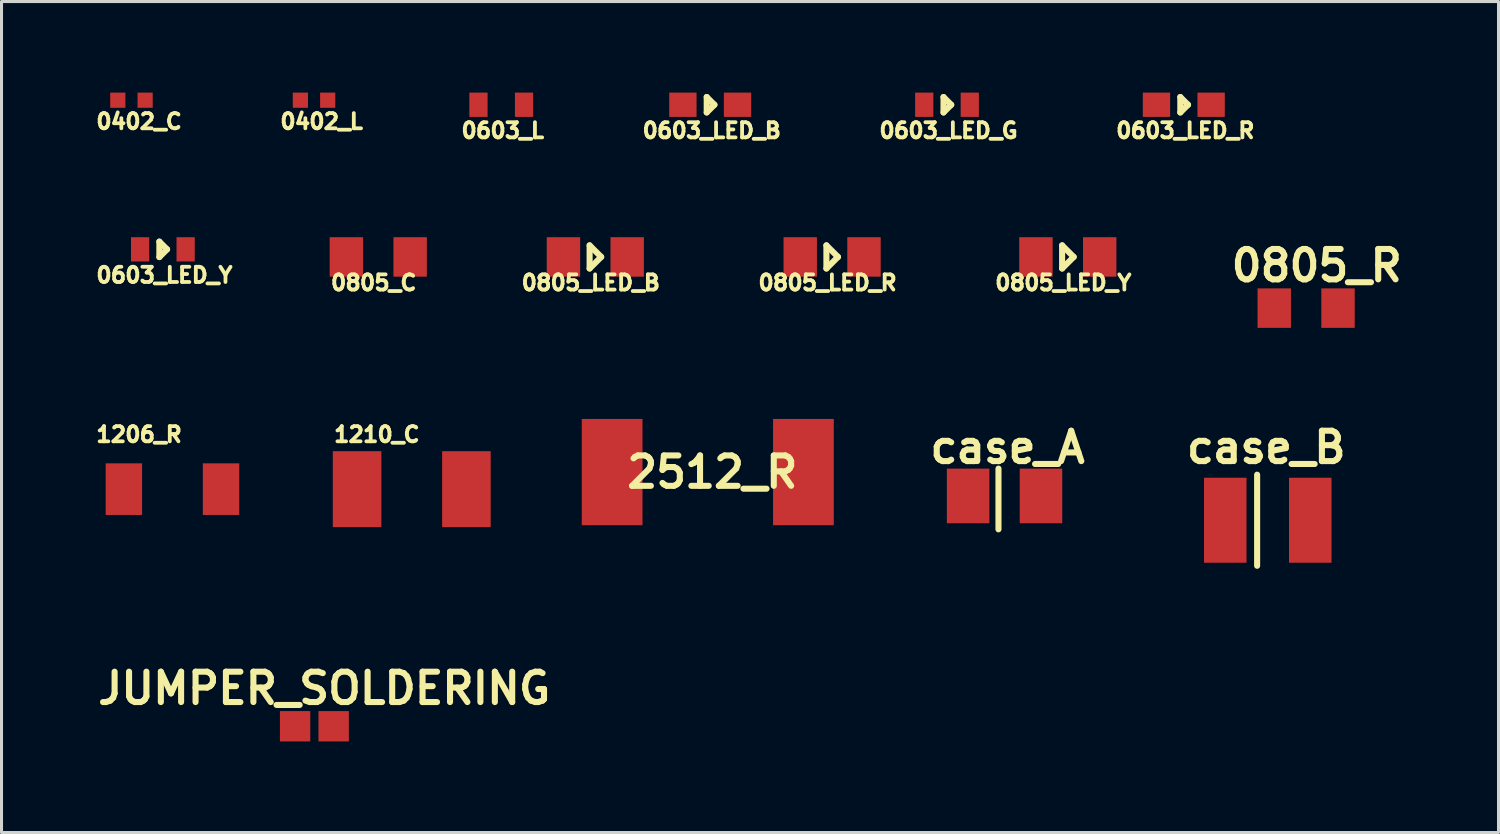
<source format=kicad_pcb>
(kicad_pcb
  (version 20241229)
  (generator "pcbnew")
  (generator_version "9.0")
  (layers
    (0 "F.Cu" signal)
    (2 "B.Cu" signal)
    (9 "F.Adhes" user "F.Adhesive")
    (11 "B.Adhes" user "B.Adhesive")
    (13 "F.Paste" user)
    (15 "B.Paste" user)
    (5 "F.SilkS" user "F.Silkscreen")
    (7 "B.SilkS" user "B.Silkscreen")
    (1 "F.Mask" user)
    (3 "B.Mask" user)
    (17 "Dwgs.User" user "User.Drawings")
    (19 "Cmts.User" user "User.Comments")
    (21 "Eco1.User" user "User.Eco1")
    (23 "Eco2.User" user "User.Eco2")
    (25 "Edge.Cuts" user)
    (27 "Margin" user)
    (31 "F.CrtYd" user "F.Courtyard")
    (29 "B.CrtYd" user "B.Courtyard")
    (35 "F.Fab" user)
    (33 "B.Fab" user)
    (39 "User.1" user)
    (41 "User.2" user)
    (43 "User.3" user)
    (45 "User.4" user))
  (footprint "0402_L"
    (layer "F.Cu")
    (at 6.843 0.25)
    (property "Reference" "0402_L" (at 0.7 0.7 0) (layer "F.SilkS") (effects (font (size 0.5 0.5) (thickness 0.125))))
    (attr through_hole)
    (pad "1" smd rect (at 0 0) (size 0.5 0.5) (layers "F.Cu" "F.Mask" "F.Paste"))
    (pad "2" smd rect (at 0.9 0) (size 0.5 0.5) (layers "F.Cu" "F.Mask" "F.Paste")))
  (footprint "0603_LED_G"
    (layer "F.Cu")
    (at 27.39 0.4)
    (property "Reference" "0603_LED_G" (at 0.8 0.85 0) (layer "F.SilkS") (effects (font (size 0.5 0.5) (thickness 0.125))))
    (attr through_hole)
    (fp_line (start 0.635 -0.254) (end 0.635 0.254) (stroke (width 0.2) (type solid)) (layer "F.SilkS"))
    (fp_line (start 0.635 0.254) (end 0.889 0) (stroke (width 0.2) (type solid)) (layer "F.SilkS"))
    (fp_line (start 0.889 0) (end 0.635 -0.254) (stroke (width 0.2) (type solid)) (layer "F.SilkS"))
    (pad "1" smd rect (at 0 0) (size 0.6 0.8) (layers "F.Cu" "F.Mask" "F.Paste"))
    (pad "2" smd rect (at 1.5 0) (size 0.6 0.8) (layers "F.Cu" "F.Mask" "F.Paste")))
  (footprint "case_B"
    (layer "F.Cu")
    (at 38.754 14.084)
    (property "Reference" "case_B" (at -0.1 -2.4 0) (layer "F.SilkS") (effects (font (size 1 1) (thickness 0.2))))
    (attr through_hole)
    (fp_line (start -0.4 -1.5) (end -0.4 1.5) (stroke (width 0.2) (type solid)) (layer "F.SilkS"))
    (pad "1" smd rect (at -1.45 0) (size 1.4 2.8) (layers "F.Cu" "F.Mask" "F.Paste"))
    (pad "2" smd rect (at 1.35 0) (size 1.4 2.8) (layers "F.Cu" "F.Mask" "F.Paste")))
  (footprint "1210_C"
    (layer "F.Cu")
    (at 8.961 13.06)
    (property "Reference" "1210_C" (at 0.4 -1.8 180) (layer "F.SilkS") (effects (font (size 0.5 0.5) (thickness 0.125))))
    (attr through_hole)
    (pad "1" smd rect (at -0.25 0) (size 1.6 2.5) (layers "F.Cu" "F.Mask" "F.Paste"))
    (pad "2" smd rect (at 3.35 0) (size 1.6 2.5) (layers "F.Cu" "F.Mask" "F.Paste")))
  (footprint "JUMPER_SOLDERING"
    (layer "F.Cu")
    (at 6.669 20.87)
    (property "Reference" "JUMPER_SOLDERING" (at 0.96 -1.25 0) (layer "F.SilkS") (effects (font (size 1 1) (thickness 0.2))))
    (attr through_hole)
    (pad "1" smd rect (at 0 0) (size 1 1) (layers "F.Cu" "F.Mask" "F.Paste"))
    (pad "2" smd rect (at 1.27 0) (size 1 1) (layers "F.Cu" "F.Mask" "F.Paste")))
  (footprint "0805_LED_Y"
    (layer "F.Cu")
    (at 31.169 5.412)
    (property "Reference" "0805_LED_Y" (at 0.8 0.85 0) (layer "F.SilkS") (effects (font (size 0.5 0.5) (thickness 0.125))))
    (attr through_hole)
    (fp_line (start 0.762 -0.381) (end 0.762 0.381) (stroke (width 0.2) (type solid)) (layer "F.SilkS"))
    (fp_line (start 0.762 0.381) (end 1.143 0) (stroke (width 0.2) (type solid)) (layer "F.SilkS"))
    (fp_line (start 1.143 0) (end 0.762 -0.381) (stroke (width 0.2) (type solid)) (layer "F.SilkS"))
    (pad "1" smd rect (at -0.1 0) (size 1.1 1.3) (layers "F.Cu" "F.Mask" "F.Paste"))
    (pad "2" smd rect (at 2 0) (size 1.1 1.3) (layers "F.Cu" "F.Mask" "F.Paste")))
  (footprint "0402_C"
    (layer "F.Cu")
    (at 0.83 0.25)
    (property "Reference" "0402_C" (at 0.7 0.7 0) (layer "F.SilkS") (effects (font (size 0.5 0.5) (thickness 0.125))))
    (attr through_hole)
    (pad "1" smd rect (at 0 0) (size 0.5 0.5) (layers "F.Cu" "F.Mask" "F.Paste"))
    (pad "2" smd rect (at 0.9 0) (size 0.5 0.5) (layers "F.Cu" "F.Mask" "F.Paste")))
  (footprint "0805_LED_B"
    (layer "F.Cu")
    (at 15.607 5.412)
    (property "Reference" "0805_LED_B" (at 0.8 0.85 0) (layer "F.SilkS") (effects (font (size 0.5 0.5) (thickness 0.125))))
    (attr through_hole)
    (fp_line (start 0.762 -0.381) (end 0.762 0.381) (stroke (width 0.2) (type solid)) (layer "F.SilkS"))
    (fp_line (start 0.762 0.381) (end 1.143 0) (stroke (width 0.2) (type solid)) (layer "F.SilkS"))
    (fp_line (start 1.143 0) (end 0.762 -0.381) (stroke (width 0.2) (type solid)) (layer "F.SilkS"))
    (pad "1" smd rect (at -0.1 0) (size 1.1 1.3) (layers "F.Cu" "F.Mask" "F.Paste"))
    (pad "2" smd rect (at 2 0) (size 1.1 1.3) (layers "F.Cu" "F.Mask" "F.Paste")))
  (footprint "0603_L"
    (layer "F.Cu")
    (at 12.709 0.4)
    (property "Reference" "0603_L" (at 0.8 0.85 0) (layer "F.SilkS") (effects (font (size 0.5 0.5) (thickness 0.125))))
    (attr through_hole)
    (pad "1" smd rect (at 0 0) (size 0.6 0.8) (layers "F.Cu" "F.Mask" "F.Paste"))
    (pad "2" smd rect (at 1.5 0) (size 0.6 0.8) (layers "F.Cu" "F.Mask" "F.Paste")))
  (footprint "0603_LED_Y"
    (layer "F.Cu")
    (at 1.564 5.162)
    (property "Reference" "0603_LED_Y" (at 0.8 0.85 0) (layer "F.SilkS") (effects (font (size 0.5 0.5) (thickness 0.125))))
    (attr through_hole)
    (fp_line (start 0.635 -0.254) (end 0.635 0.254) (stroke (width 0.2) (type solid)) (layer "F.SilkS"))
    (fp_line (start 0.635 0.254) (end 0.889 0) (stroke (width 0.2) (type solid)) (layer "F.SilkS"))
    (fp_line (start 0.889 0) (end 0.635 -0.254) (stroke (width 0.2) (type solid)) (layer "F.SilkS"))
    (pad "1" smd rect (at 0 0) (size 0.6 0.8) (layers "F.Cu" "F.Mask" "F.Paste"))
    (pad "2" smd rect (at 1.5 0) (size 0.6 0.8) (layers "F.Cu" "F.Mask" "F.Paste")))
  (footprint "0805_R"
    (layer "F.Cu")
    (at 39.018 7.098)
    (property "Reference" "0805_R" (at 1.3 -1.4 0) (layer "F.SilkS") (effects (font (size 1 1) (thickness 0.2))))
    (attr through_hole)
    (pad "1" smd rect (at -0.1 0) (size 1.1 1.3) (layers "F.Cu" "F.Mask" "F.Paste"))
    (pad "2" smd rect (at 2 0) (size 1.1 1.3) (layers "F.Cu" "F.Mask" "F.Paste")))
  (footprint "0603_LED_R"
    (layer "F.Cu")
    (at 35.189 0.4)
    (property "Reference" "0603_LED_R" (at 0.8 0.85 0) (layer "F.SilkS") (effects (font (size 0.5 0.5) (thickness 0.125))))
    (attr through_hole)
    (fp_line (start 0.635 -0.254) (end 0.635 0.254) (stroke (width 0.2) (type solid)) (layer "F.SilkS"))
    (fp_line (start 0.635 0.254) (end 0.889 0) (stroke (width 0.2) (type solid)) (layer "F.SilkS"))
    (fp_line (start 0.889 0) (end 0.635 -0.254) (stroke (width 0.2) (type solid)) (layer "F.SilkS"))
    (pad "1" smd rect (at -0.15 0) (size 0.9 0.8) (layers "F.Cu" "F.Mask" "F.Paste"))
    (pad "2" smd rect (at 1.65 0) (size 0.9 0.8) (layers "F.Cu" "F.Mask" "F.Paste")))
  (footprint "1206_R"
    (layer "F.Cu")
    (at 1.13 13.06)
    (property "Reference" "1206_R" (at 0.4 -1.8 180) (layer "F.SilkS") (effects (font (size 0.5 0.5) (thickness 0.125))))
    (attr through_hole)
    (pad "1" smd rect (at -0.1 0) (size 1.2 1.7) (layers "F.Cu" "F.Mask" "F.Paste"))
    (pad "2" smd rect (at 3.1 0) (size 1.2 1.7) (layers "F.Cu" "F.Mask" "F.Paste")))
  (footprint "0603_LED_B"
    (layer "F.Cu")
    (at 19.591 0.4)
    (property "Reference" "0603_LED_B" (at 0.8 0.85 0) (layer "F.SilkS") (effects (font (size 0.5 0.5) (thickness 0.125))))
    (attr through_hole)
    (fp_line (start 0.635 -0.254) (end 0.635 0.254) (stroke (width 0.2) (type solid)) (layer "F.SilkS"))
    (fp_line (start 0.635 0.254) (end 0.889 0) (stroke (width 0.2) (type solid)) (layer "F.SilkS"))
    (fp_line (start 0.889 0) (end 0.635 -0.254) (stroke (width 0.2) (type solid)) (layer "F.SilkS"))
    (pad "1" smd rect (at -0.15 0) (size 0.9 0.8) (layers "F.Cu" "F.Mask" "F.Paste"))
    (pad "2" smd rect (at 1.65 0) (size 0.9 0.8) (layers "F.Cu" "F.Mask" "F.Paste")))
  (footprint "2512_R"
    (layer "F.Cu")
    (at 17.111 12.498)
    (property "Reference" "2512_R" (at 3.3 0 0) (layer "F.SilkS") (effects (font (size 1 1) (thickness 0.2))))
    (attr through_hole)
    (pad "1" smd rect (at 0 0) (size 2 3.5) (layers "F.Cu" "F.Mask" "F.Paste"))
    (pad "2" smd rect (at 6.3 0) (size 2 3.5) (layers "F.Cu" "F.Mask" "F.Paste")))
  (footprint "case_A"
    (layer "F.Cu")
    (at 30.085 13.284)
    (property "Reference" "case_A" (at 0.05 -1.6 0) (layer "F.SilkS") (effects (font (size 1 1) (thickness 0.2))))
    (attr through_hole)
    (fp_line (start -0.25 -0.9) (end -0.25 1.1) (stroke (width 0.2) (type solid)) (layer "F.SilkS"))
    (pad "1" smd rect (at -1.25 0) (size 1.4 1.8) (layers "F.Cu" "F.Mask" "F.Paste"))
    (pad "2" smd rect (at 1.15 0) (size 1.4 1.8) (layers "F.Cu" "F.Mask" "F.Paste")))
  (footprint "0805_C"
    (layer "F.Cu")
    (at 8.458 5.412)
    (property "Reference" "0805_C" (at 0.8 0.85 0) (layer "F.SilkS") (effects (font (size 0.5 0.5) (thickness 0.125))))
    (attr through_hole)
    (pad "1" smd rect (at -0.1 0) (size 1.1 1.3) (layers "F.Cu" "F.Mask" "F.Paste"))
    (pad "2" smd rect (at 2 0) (size 1.1 1.3) (layers "F.Cu" "F.Mask" "F.Paste")))
  (footprint "0805_LED_R"
    (layer "F.Cu")
    (at 23.406 5.412)
    (property "Reference" "0805_LED_R" (at 0.8 0.85 0) (layer "F.SilkS") (effects (font (size 0.5 0.5) (thickness 0.125))))
    (attr through_hole)
    (fp_line (start 0.762 -0.381) (end 0.762 0.381) (stroke (width 0.2) (type solid)) (layer "F.SilkS"))
    (fp_line (start 0.762 0.381) (end 1.143 0) (stroke (width 0.2) (type solid)) (layer "F.SilkS"))
    (fp_line (start 1.143 0) (end 0.762 -0.381) (stroke (width 0.2) (type solid)) (layer "F.SilkS"))
    (pad "1" smd rect (at -0.1 0) (size 1.1 1.3) (layers "F.Cu" "F.Mask" "F.Paste"))
    (pad "2" smd rect (at 2 0) (size 1.1 1.3) (layers "F.Cu" "F.Mask" "F.Paste")))
  (gr_rect
    (start -3 -3)
    (end 46.304 24.37)
    (stroke (width 0.1) (type default))
    (fill no)
    (layer "Edge.Cuts")))
</source>
